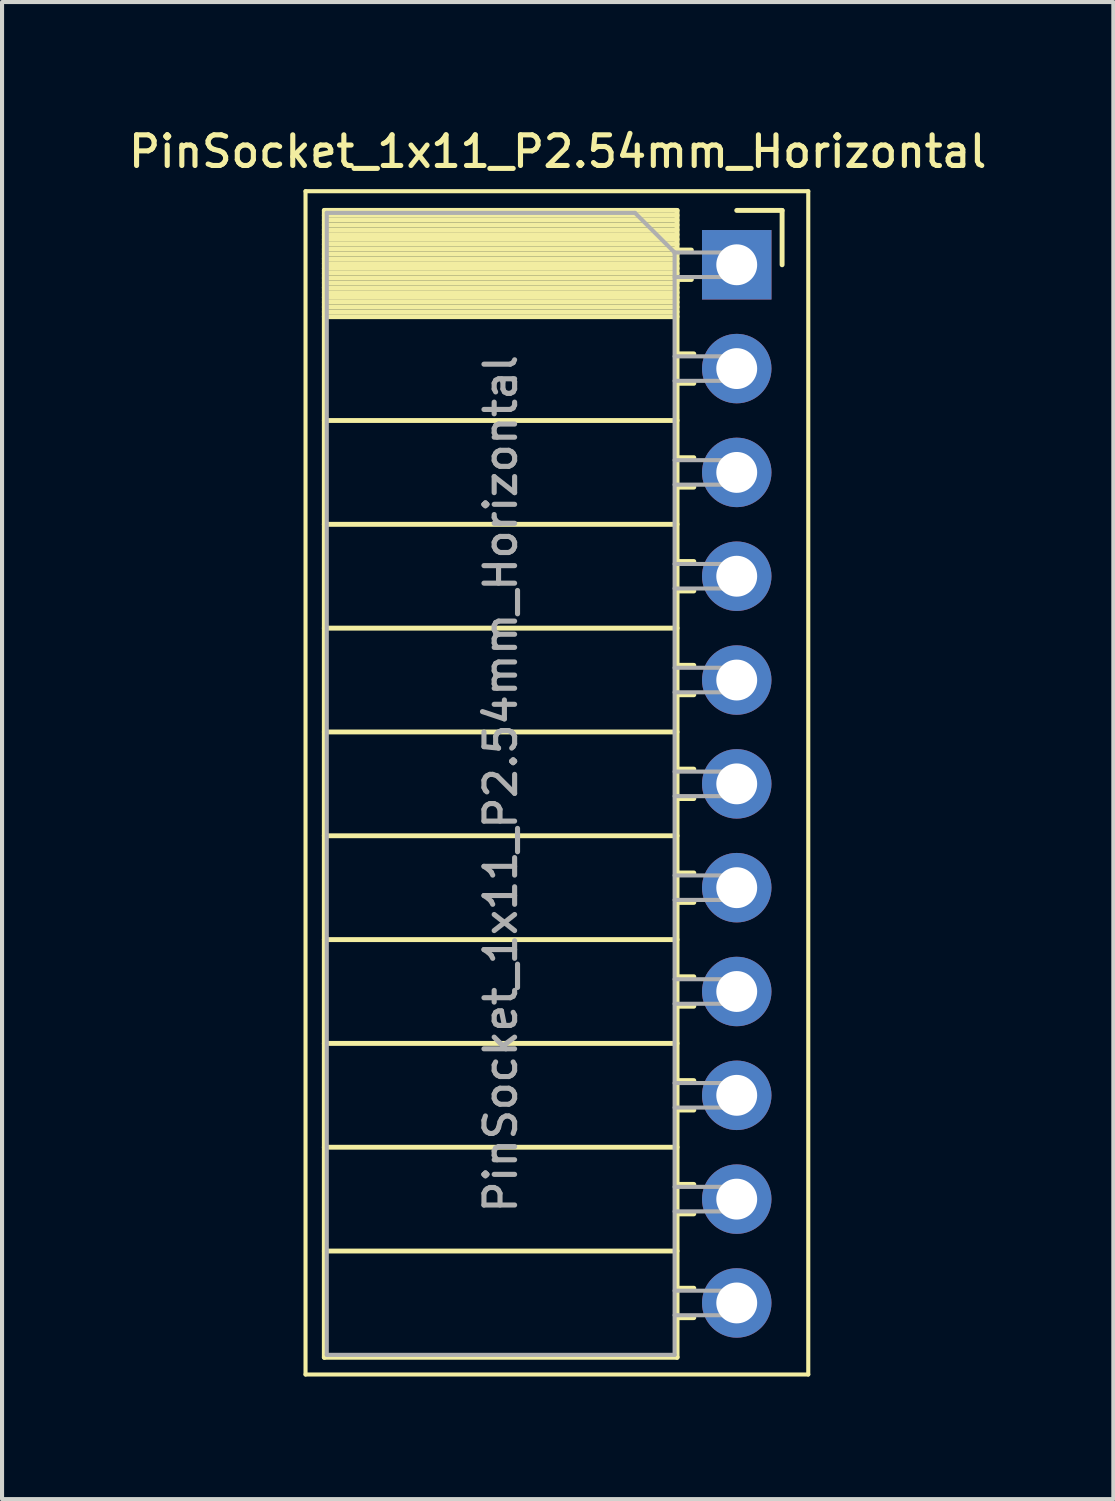
<source format=kicad_pcb>
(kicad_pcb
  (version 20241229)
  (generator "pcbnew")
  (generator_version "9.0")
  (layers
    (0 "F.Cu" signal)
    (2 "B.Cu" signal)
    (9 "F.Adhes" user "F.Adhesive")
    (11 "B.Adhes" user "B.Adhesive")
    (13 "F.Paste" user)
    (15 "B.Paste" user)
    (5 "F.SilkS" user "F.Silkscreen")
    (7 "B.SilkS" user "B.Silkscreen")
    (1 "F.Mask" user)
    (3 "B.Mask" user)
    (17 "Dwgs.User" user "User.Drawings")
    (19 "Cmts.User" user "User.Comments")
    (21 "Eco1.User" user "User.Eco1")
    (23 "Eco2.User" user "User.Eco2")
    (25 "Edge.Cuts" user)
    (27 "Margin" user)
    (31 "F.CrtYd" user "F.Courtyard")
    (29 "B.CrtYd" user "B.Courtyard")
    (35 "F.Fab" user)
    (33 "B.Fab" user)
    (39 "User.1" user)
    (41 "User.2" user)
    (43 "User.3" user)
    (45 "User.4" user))
  (footprint "PinSocket_1x11_P2.54mm_Horizontal"
    (layer "F.Cu")
    (at 14.975 3.428)
    (property "Reference" "PinSocket_1x11_P2.54mm_Horizontal" (at -4.38 -2.77 0) (layer "F.SilkS") (effects (font (size 0.75 0.75) (thickness 0.125))))
    (attr through_hole)
    (fp_line (start -10.55 -1.8) (end -10.55 27.15) (stroke (width 0.1) (type solid)) (layer "F.SilkS"))
    (fp_line (start -10.55 27.15) (end 1.75 27.15) (stroke (width 0.1) (type solid)) (layer "F.SilkS"))
    (fp_line (start -10.09 -1.33) (end -10.09 26.73) (stroke (width 0.12) (type solid)) (layer "F.SilkS"))
    (fp_line (start -10.09 -1.33) (end -1.46 -1.33) (stroke (width 0.12) (type solid)) (layer "F.SilkS"))
    (fp_line (start -10.09 -1.21) (end -1.46 -1.21) (stroke (width 0.12) (type solid)) (layer "F.SilkS"))
    (fp_line (start -10.09 -1.092) (end -1.46 -1.092) (stroke (width 0.12) (type solid)) (layer "F.SilkS"))
    (fp_line (start -10.09 -0.974) (end -1.46 -0.974) (stroke (width 0.12) (type solid)) (layer "F.SilkS"))
    (fp_line (start -10.09 -0.856) (end -1.46 -0.856) (stroke (width 0.12) (type solid)) (layer "F.SilkS"))
    (fp_line (start -10.09 -0.738) (end -1.46 -0.738) (stroke (width 0.12) (type solid)) (layer "F.SilkS"))
    (fp_line (start -10.09 -0.62) (end -1.46 -0.62) (stroke (width 0.12) (type solid)) (layer "F.SilkS"))
    (fp_line (start -10.09 -0.501) (end -1.46 -0.501) (stroke (width 0.12) (type solid)) (layer "F.SilkS"))
    (fp_line (start -10.09 -0.383) (end -1.46 -0.383) (stroke (width 0.12) (type solid)) (layer "F.SilkS"))
    (fp_line (start -10.09 -0.265) (end -1.46 -0.265) (stroke (width 0.12) (type solid)) (layer "F.SilkS"))
    (fp_line (start -10.09 -0.147) (end -1.46 -0.147) (stroke (width 0.12) (type solid)) (layer "F.SilkS"))
    (fp_line (start -10.09 -0.029) (end -1.46 -0.029) (stroke (width 0.12) (type solid)) (layer "F.SilkS"))
    (fp_line (start -10.09 0.089) (end -1.46 0.089) (stroke (width 0.12) (type solid)) (layer "F.SilkS"))
    (fp_line (start -10.09 0.207) (end -1.46 0.207) (stroke (width 0.12) (type solid)) (layer "F.SilkS"))
    (fp_line (start -10.09 0.325) (end -1.46 0.325) (stroke (width 0.12) (type solid)) (layer "F.SilkS"))
    (fp_line (start -10.09 0.443) (end -1.46 0.443) (stroke (width 0.12) (type solid)) (layer "F.SilkS"))
    (fp_line (start -10.09 0.561) (end -1.46 0.561) (stroke (width 0.12) (type solid)) (layer "F.SilkS"))
    (fp_line (start -10.09 0.68) (end -1.46 0.68) (stroke (width 0.12) (type solid)) (layer "F.SilkS"))
    (fp_line (start -10.09 0.798) (end -1.46 0.798) (stroke (width 0.12) (type solid)) (layer "F.SilkS"))
    (fp_line (start -10.09 0.916) (end -1.46 0.916) (stroke (width 0.12) (type solid)) (layer "F.SilkS"))
    (fp_line (start -10.09 1.034) (end -1.46 1.034) (stroke (width 0.12) (type solid)) (layer "F.SilkS"))
    (fp_line (start -10.09 1.152) (end -1.46 1.152) (stroke (width 0.12) (type solid)) (layer "F.SilkS"))
    (fp_line (start -10.09 1.27) (end -1.46 1.27) (stroke (width 0.12) (type solid)) (layer "F.SilkS"))
    (fp_line (start -10.09 3.81) (end -1.46 3.81) (stroke (width 0.12) (type solid)) (layer "F.SilkS"))
    (fp_line (start -10.09 6.35) (end -1.46 6.35) (stroke (width 0.12) (type solid)) (layer "F.SilkS"))
    (fp_line (start -10.09 8.89) (end -1.46 8.89) (stroke (width 0.12) (type solid)) (layer "F.SilkS"))
    (fp_line (start -10.09 11.43) (end -1.46 11.43) (stroke (width 0.12) (type solid)) (layer "F.SilkS"))
    (fp_line (start -10.09 13.97) (end -1.46 13.97) (stroke (width 0.12) (type solid)) (layer "F.SilkS"))
    (fp_line (start -10.09 16.51) (end -1.46 16.51) (stroke (width 0.12) (type solid)) (layer "F.SilkS"))
    (fp_line (start -10.09 19.05) (end -1.46 19.05) (stroke (width 0.12) (type solid)) (layer "F.SilkS"))
    (fp_line (start -10.09 21.59) (end -1.46 21.59) (stroke (width 0.12) (type solid)) (layer "F.SilkS"))
    (fp_line (start -10.09 24.13) (end -1.46 24.13) (stroke (width 0.12) (type solid)) (layer "F.SilkS"))
    (fp_line (start -10.09 26.73) (end -1.46 26.73) (stroke (width 0.12) (type solid)) (layer "F.SilkS"))
    (fp_line (start -1.46 -1.33) (end -1.46 26.73) (stroke (width 0.12) (type solid)) (layer "F.SilkS"))
    (fp_line (start -1.46 -0.36) (end -1.11 -0.36) (stroke (width 0.12) (type solid)) (layer "F.SilkS"))
    (fp_line (start -1.46 0.36) (end -1.11 0.36) (stroke (width 0.12) (type solid)) (layer "F.SilkS"))
    (fp_line (start -1.46 2.18) (end -1.05 2.18) (stroke (width 0.12) (type solid)) (layer "F.SilkS"))
    (fp_line (start -1.46 2.9) (end -1.05 2.9) (stroke (width 0.12) (type solid)) (layer "F.SilkS"))
    (fp_line (start -1.46 4.72) (end -1.05 4.72) (stroke (width 0.12) (type solid)) (layer "F.SilkS"))
    (fp_line (start -1.46 5.44) (end -1.05 5.44) (stroke (width 0.12) (type solid)) (layer "F.SilkS"))
    (fp_line (start -1.46 7.26) (end -1.05 7.26) (stroke (width 0.12) (type solid)) (layer "F.SilkS"))
    (fp_line (start -1.46 7.98) (end -1.05 7.98) (stroke (width 0.12) (type solid)) (layer "F.SilkS"))
    (fp_line (start -1.46 9.8) (end -1.05 9.8) (stroke (width 0.12) (type solid)) (layer "F.SilkS"))
    (fp_line (start -1.46 10.52) (end -1.05 10.52) (stroke (width 0.12) (type solid)) (layer "F.SilkS"))
    (fp_line (start -1.46 12.34) (end -1.05 12.34) (stroke (width 0.12) (type solid)) (layer "F.SilkS"))
    (fp_line (start -1.46 13.06) (end -1.05 13.06) (stroke (width 0.12) (type solid)) (layer "F.SilkS"))
    (fp_line (start -1.46 14.88) (end -1.05 14.88) (stroke (width 0.12) (type solid)) (layer "F.SilkS"))
    (fp_line (start -1.46 15.6) (end -1.05 15.6) (stroke (width 0.12) (type solid)) (layer "F.SilkS"))
    (fp_line (start -1.46 17.42) (end -1.05 17.42) (stroke (width 0.12) (type solid)) (layer "F.SilkS"))
    (fp_line (start -1.46 18.14) (end -1.05 18.14) (stroke (width 0.12) (type solid)) (layer "F.SilkS"))
    (fp_line (start -1.46 19.96) (end -1.05 19.96) (stroke (width 0.12) (type solid)) (layer "F.SilkS"))
    (fp_line (start -1.46 20.68) (end -1.05 20.68) (stroke (width 0.12) (type solid)) (layer "F.SilkS"))
    (fp_line (start -1.46 22.5) (end -1.05 22.5) (stroke (width 0.12) (type solid)) (layer "F.SilkS"))
    (fp_line (start -1.46 23.22) (end -1.05 23.22) (stroke (width 0.12) (type solid)) (layer "F.SilkS"))
    (fp_line (start -1.46 25.04) (end -1.05 25.04) (stroke (width 0.12) (type solid)) (layer "F.SilkS"))
    (fp_line (start -1.46 25.76) (end -1.05 25.76) (stroke (width 0.12) (type solid)) (layer "F.SilkS"))
    (fp_line (start 0 -1.33) (end 1.11 -1.33) (stroke (width 0.12) (type solid)) (layer "F.SilkS"))
    (fp_line (start 1.11 -1.33) (end 1.11 0) (stroke (width 0.12) (type solid)) (layer "F.SilkS"))
    (fp_line (start 1.75 -1.8) (end -10.55 -1.8) (stroke (width 0.1) (type solid)) (layer "F.SilkS"))
    (fp_line (start 1.75 27.15) (end 1.75 -1.8) (stroke (width 0.1) (type solid)) (layer "F.SilkS"))
    (fp_line (start -10.03 -1.27) (end -2.49 -1.27) (stroke (width 0.1) (type solid)) (layer "F.Fab"))
    (fp_line (start -10.03 26.67) (end -10.03 -1.27) (stroke (width 0.1) (type solid)) (layer "F.Fab"))
    (fp_line (start -2.49 -1.27) (end -1.52 -0.3) (stroke (width 0.1) (type solid)) (layer "F.Fab"))
    (fp_line (start -1.52 -0.3) (end -1.52 26.67) (stroke (width 0.1) (type solid)) (layer "F.Fab"))
    (fp_line (start -1.52 0.3) (end 0 0.3) (stroke (width 0.1) (type solid)) (layer "F.Fab"))
    (fp_line (start -1.52 2.84) (end 0 2.84) (stroke (width 0.1) (type solid)) (layer "F.Fab"))
    (fp_line (start -1.52 5.38) (end 0 5.38) (stroke (width 0.1) (type solid)) (layer "F.Fab"))
    (fp_line (start -1.52 7.92) (end 0 7.92) (stroke (width 0.1) (type solid)) (layer "F.Fab"))
    (fp_line (start -1.52 10.46) (end 0 10.46) (stroke (width 0.1) (type solid)) (layer "F.Fab"))
    (fp_line (start -1.52 13) (end 0 13) (stroke (width 0.1) (type solid)) (layer "F.Fab"))
    (fp_line (start -1.52 15.54) (end 0 15.54) (stroke (width 0.1) (type solid)) (layer "F.Fab"))
    (fp_line (start -1.52 18.08) (end 0 18.08) (stroke (width 0.1) (type solid)) (layer "F.Fab"))
    (fp_line (start -1.52 20.62) (end 0 20.62) (stroke (width 0.1) (type solid)) (layer "F.Fab"))
    (fp_line (start -1.52 23.16) (end 0 23.16) (stroke (width 0.1) (type solid)) (layer "F.Fab"))
    (fp_line (start -1.52 25.7) (end 0 25.7) (stroke (width 0.1) (type solid)) (layer "F.Fab"))
    (fp_line (start -1.52 26.67) (end -10.03 26.67) (stroke (width 0.1) (type solid)) (layer "F.Fab"))
    (fp_line (start 0 -0.3) (end -1.52 -0.3) (stroke (width 0.1) (type solid)) (layer "F.Fab"))
    (fp_line (start 0 0.3) (end 0 -0.3) (stroke (width 0.1) (type solid)) (layer "F.Fab"))
    (fp_line (start 0 2.24) (end -1.52 2.24) (stroke (width 0.1) (type solid)) (layer "F.Fab"))
    (fp_line (start 0 2.84) (end 0 2.24) (stroke (width 0.1) (type solid)) (layer "F.Fab"))
    (fp_line (start 0 4.78) (end -1.52 4.78) (stroke (width 0.1) (type solid)) (layer "F.Fab"))
    (fp_line (start 0 5.38) (end 0 4.78) (stroke (width 0.1) (type solid)) (layer "F.Fab"))
    (fp_line (start 0 7.32) (end -1.52 7.32) (stroke (width 0.1) (type solid)) (layer "F.Fab"))
    (fp_line (start 0 7.92) (end 0 7.32) (stroke (width 0.1) (type solid)) (layer "F.Fab"))
    (fp_line (start 0 9.86) (end -1.52 9.86) (stroke (width 0.1) (type solid)) (layer "F.Fab"))
    (fp_line (start 0 10.46) (end 0 9.86) (stroke (width 0.1) (type solid)) (layer "F.Fab"))
    (fp_line (start 0 12.4) (end -1.52 12.4) (stroke (width 0.1) (type solid)) (layer "F.Fab"))
    (fp_line (start 0 13) (end 0 12.4) (stroke (width 0.1) (type solid)) (layer "F.Fab"))
    (fp_line (start 0 14.94) (end -1.52 14.94) (stroke (width 0.1) (type solid)) (layer "F.Fab"))
    (fp_line (start 0 15.54) (end 0 14.94) (stroke (width 0.1) (type solid)) (layer "F.Fab"))
    (fp_line (start 0 17.48) (end -1.52 17.48) (stroke (width 0.1) (type solid)) (layer "F.Fab"))
    (fp_line (start 0 18.08) (end 0 17.48) (stroke (width 0.1) (type solid)) (layer "F.Fab"))
    (fp_line (start 0 20.02) (end -1.52 20.02) (stroke (width 0.1) (type solid)) (layer "F.Fab"))
    (fp_line (start 0 20.62) (end 0 20.02) (stroke (width 0.1) (type solid)) (layer "F.Fab"))
    (fp_line (start 0 22.56) (end -1.52 22.56) (stroke (width 0.1) (type solid)) (layer "F.Fab"))
    (fp_line (start 0 23.16) (end 0 22.56) (stroke (width 0.1) (type solid)) (layer "F.Fab"))
    (fp_line (start 0 25.1) (end -1.52 25.1) (stroke (width 0.1) (type solid)) (layer "F.Fab"))
    (fp_line (start 0 25.7) (end 0 25.1) (stroke (width 0.1) (type solid)) (layer "F.Fab"))
    (fp_text user "${REFERENCE}" (at -5.775 12.7 90) (layer "F.Fab") (effects (font (size 0.75 0.75) (thickness 0.125))))
    (pad "1" thru_hole rect (at 0 0) (size 1.7 1.7) (drill 1) (layers "*.Cu" "*.Mask"))
    (pad "2" thru_hole oval (at 0 2.54) (size 1.7 1.7) (drill 1) (layers "*.Cu" "*.Mask"))
    (pad "3" thru_hole oval (at 0 5.08) (size 1.7 1.7) (drill 1) (layers "*.Cu" "*.Mask"))
    (pad "4" thru_hole oval (at 0 7.62) (size 1.7 1.7) (drill 1) (layers "*.Cu" "*.Mask"))
    (pad "5" thru_hole oval (at 0 10.16) (size 1.7 1.7) (drill 1) (layers "*.Cu" "*.Mask"))
    (pad "6" thru_hole oval (at 0 12.7) (size 1.7 1.7) (drill 1) (layers "*.Cu" "*.Mask"))
    (pad "7" thru_hole oval (at 0 15.24) (size 1.7 1.7) (drill 1) (layers "*.Cu" "*.Mask"))
    (pad "8" thru_hole oval (at 0 17.78) (size 1.7 1.7) (drill 1) (layers "*.Cu" "*.Mask"))
    (pad "9" thru_hole oval (at 0 20.32) (size 1.7 1.7) (drill 1) (layers "*.Cu" "*.Mask"))
    (pad "10" thru_hole oval (at 0 22.86) (size 1.7 1.7) (drill 1) (layers "*.Cu" "*.Mask"))
    (pad "11" thru_hole oval (at 0 25.4) (size 1.7 1.7) (drill 1) (layers "*.Cu" "*.Mask")))
  (gr_rect
    (start -3 -3)
    (end 24.189 33.628)
    (stroke (width 0.1) (type default))
    (fill no)
    (layer "Edge.Cuts")))
</source>
